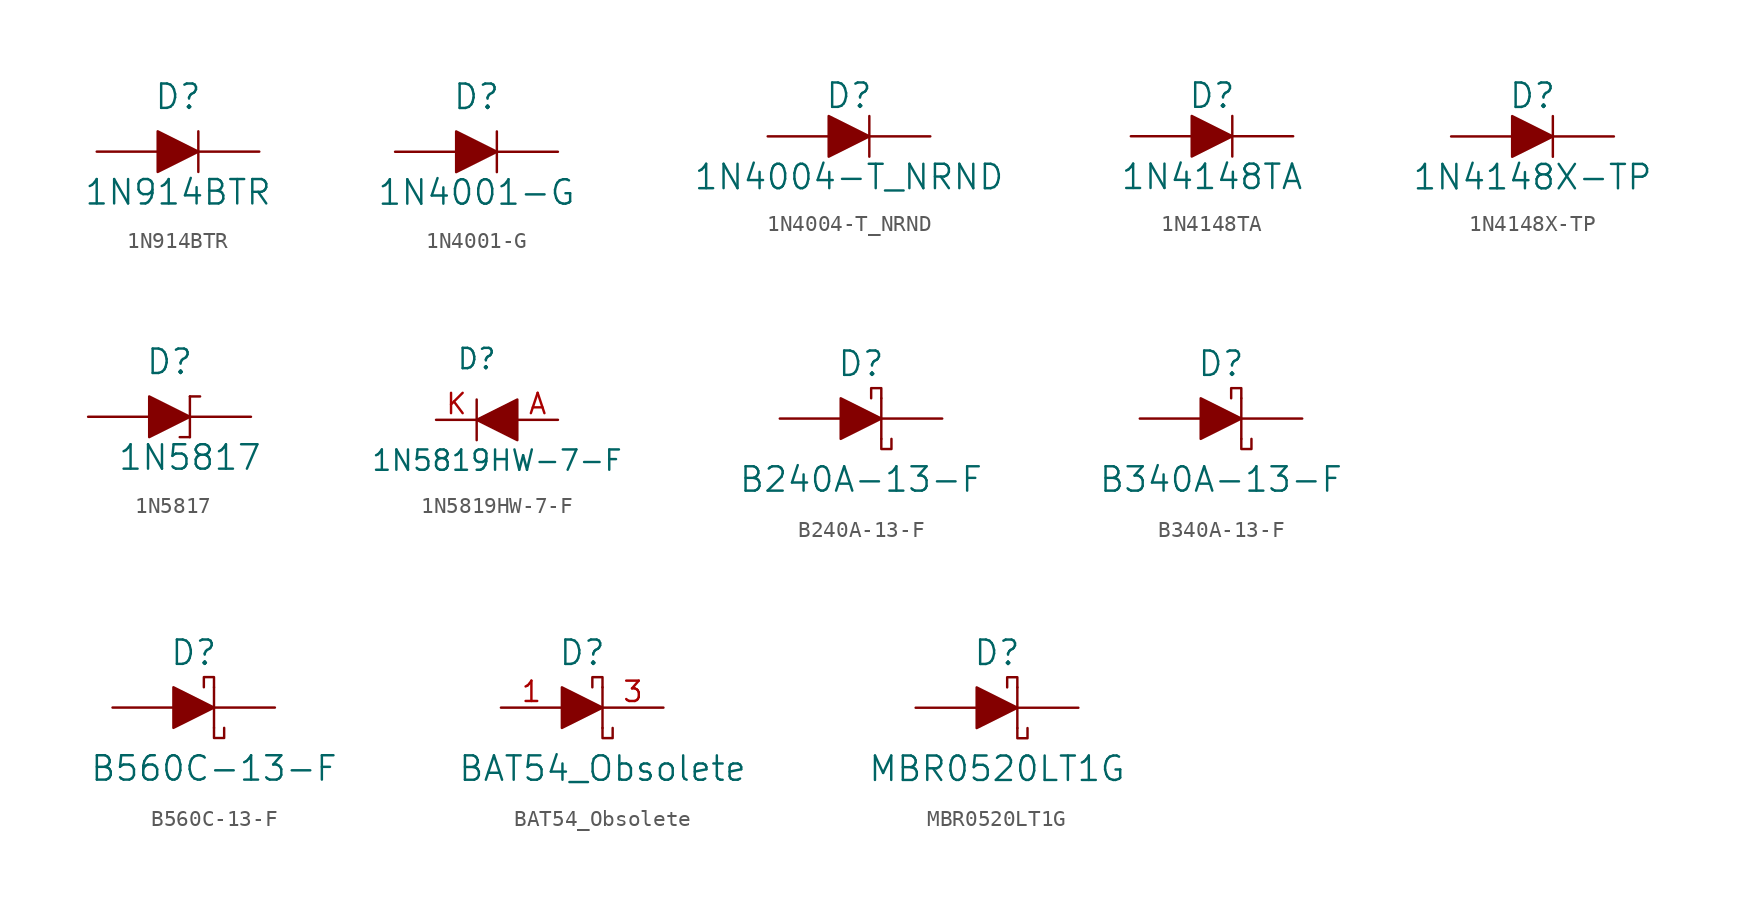
<source format=kicad_sym>
(kicad_symbol_lib
  (version 20220914)
  (generator kicad_symbol_editor)
  (symbol "1N914BTR"
    (pin_numbers hide)
    (pin_names
      (offset 0) hide)
    (property "Reference" "D"
      (at 0 2.54 0)
      (effects (font (size 1.524 1.524)) (justify bottom)))
    (property "Value" "1N914BTR"
      (at 0 -2.54 0)
      (effects (font (size 1.524 1.524))))
    (symbol "1N914BTR_0_1"
      (polyline (pts (xy 1.27 1.27) (xy 1.27 -1.27)) (stroke (width 0) (type solid)) (fill (type none)))
      (polyline (pts (xy -1.27 1.27) (xy -1.27 -1.27) (xy 1.27 0) (xy -1.27 1.27)) (stroke (width 0) (type solid)) (fill (type outline))))
    (symbol "1N914BTR_1_1"
      (pin passive line (at -5.08 0 0) (length 3.81) (name "~" (effects (font (size 1.27 1.27)))) (number "A" (effects (font (size 1.27 1.27)))))
      (pin passive line (at 5.08 0 180) (length 3.81) (name "~" (effects (font (size 1.27 1.27)))) (number "K" (effects (font (size 1.27 1.27)))))))
  (symbol "1N4001-G"
    (pin_numbers hide)
    (pin_names
      (offset 0) hide)
    (property "Reference" "D"
      (at 0 2.54 0)
      (effects (font (size 1.524 1.524)) (justify bottom)))
    (property "Value" "1N4001-G"
      (at 0 -2.54 0)
      (effects (font (size 1.524 1.524))))
    (symbol "1N4001-G_0_1"
      (polyline (pts (xy 1.27 1.27) (xy 1.27 -1.27)) (stroke (width 0) (type solid)) (fill (type none)))
      (polyline (pts (xy -1.27 1.27) (xy -1.27 -1.27) (xy 1.27 0) (xy -1.27 1.27)) (stroke (width 0) (type solid)) (fill (type outline))))
    (symbol "1N4001-G_1_1"
      (pin passive line (at -5.08 0 0) (length 3.81) (name "~" (effects (font (size 1.27 1.27)))) (number "A" (effects (font (size 1.27 1.27)))))
      (pin passive line (at 5.08 0 180) (length 3.81) (name "~" (effects (font (size 1.27 1.27)))) (number "K" (effects (font (size 1.27 1.27)))))))
  (symbol "1N4004-T_NRND"
    (pin_numbers hide)
    (pin_names
      (offset 0) hide)
    (property "Reference" "D"
      (at 0 2.54 0)
      (effects (font (size 1.524 1.524))))
    (property "Value" "1N4004-T_NRND"
      (at 0 -2.54 0)
      (effects (font (size 1.524 1.524))))
    (symbol "1N4004-T_NRND_0_1"
      (polyline (pts (xy 1.27 1.27) (xy 1.27 -1.27)) (stroke (width 0) (type solid)) (fill (type none)))
      (polyline (pts (xy -1.27 1.27) (xy -1.27 -1.27) (xy 1.27 0) (xy -1.27 1.27)) (stroke (width 0) (type solid)) (fill (type outline))))
    (symbol "1N4004-T_NRND_1_1"
      (pin passive line (at -5.08 0 0) (length 3.81) (name "~" (effects (font (size 1.27 1.27)))) (number "A" (effects (font (size 1.27 1.27)))))
      (pin passive line (at 5.08 0 180) (length 3.81) (name "~" (effects (font (size 1.27 1.27)))) (number "K" (effects (font (size 1.27 1.27)))))))
  (symbol "1N4148TA"
    (pin_numbers hide)
    (pin_names
      (offset 0) hide)
    (property "Reference" "D"
      (at 0 2.54 0)
      (effects (font (size 1.524 1.524))))
    (property "Value" "1N4148TA"
      (at 0 -2.54 0)
      (effects (font (size 1.524 1.524))))
    (symbol "1N4148TA_0_1"
      (polyline (pts (xy 1.27 1.27) (xy 1.27 -1.27)) (stroke (width 0) (type solid)) (fill (type none)))
      (polyline (pts (xy -1.27 1.27) (xy -1.27 -1.27) (xy 1.27 0) (xy -1.27 1.27)) (stroke (width 0) (type solid)) (fill (type outline))))
    (symbol "1N4148TA_1_1"
      (pin passive line (at -5.08 0 0) (length 3.81) (name "~" (effects (font (size 1.27 1.27)))) (number "A" (effects (font (size 1.27 1.27)))))
      (pin passive line (at 5.08 0 180) (length 3.81) (name "~" (effects (font (size 1.27 1.27)))) (number "K" (effects (font (size 1.27 1.27)))))))
  (symbol "1N4148X-TP"
    (pin_numbers hide)
    (pin_names
      (offset 0) hide)
    (property "Reference" "D"
      (at 0 2.54 0)
      (effects (font (size 1.524 1.524))))
    (property "Value" "1N4148X-TP"
      (at 0 -2.54 0)
      (effects (font (size 1.524 1.524))))
    (symbol "1N4148X-TP_0_1"
      (polyline (pts (xy 1.27 1.27) (xy 1.27 -1.27)) (stroke (width 0) (type solid)) (fill (type none)))
      (polyline (pts (xy -1.27 1.27) (xy -1.27 -1.27) (xy 1.27 0) (xy -1.27 1.27)) (stroke (width 0) (type solid)) (fill (type outline))))
    (symbol "1N4148X-TP_1_1"
      (pin passive line (at -5.08 0 0) (length 3.81) (name "~" (effects (font (size 1.27 1.27)))) (number "A" (effects (font (size 1.27 1.27)))))
      (pin passive line (at 5.08 0 180) (length 3.81) (name "~" (effects (font (size 1.27 1.27)))) (number "K" (effects (font (size 1.27 1.27)))))))
  (symbol "1N5817"
    (pin_numbers hide)
    (pin_names
      (offset 0) hide)
    (property "Reference" "D"
      (at 0 2.54 0)
      (effects (font (size 1.524 1.524)) (justify bottom)))
    (property "Value" "1N5817"
      (at 1.27 -2.54 0)
      (effects (font (size 1.524 1.524))))
    (symbol "1N5817_0_1"
      (polyline (pts (xy 1.27 -1.27) (xy 0.635 -1.27)) (stroke (width 0) (type solid)) (fill (type none)))
      (polyline (pts (xy 1.27 1.27) (xy 1.27 -1.27)) (stroke (width 0) (type solid)) (fill (type none)))
      (polyline (pts (xy 1.27 1.27) (xy 1.905 1.27)) (stroke (width 0) (type solid)) (fill (type none)))
      (polyline (pts (xy -1.27 1.27) (xy -1.27 -1.27) (xy 1.27 0) (xy -1.27 1.27)) (stroke (width 0) (type solid)) (fill (type outline))))
    (symbol "1N5817_1_1"
      (pin passive line (at -5.08 0 0) (length 3.81) (name "~" (effects (font (size 1.27 1.27)))) (number "A" (effects (font (size 1.27 1.27)))))
      (pin passive line (at 5.08 0 180) (length 3.81) (name "~" (effects (font (size 1.27 1.27)))) (number "K" (effects (font (size 1.27 1.27)))))))
  (symbol "1N5819HW-7-F"
    (pin_names
      (offset 1.016))
    (property "Reference" "D"
      (at 0 3.81 0)
      (effects (font (size 1.27 1.27))))
    (property "Value" "1N5819HW-7-F"
      (at 1.27 -2.54 0)
      (effects (font (size 1.27 1.27))))
    (symbol "1N5819HW-7-F_0_1"
      (polyline (pts (xy 0 0) (xy 2.54 0)) (stroke (width 0) (type solid)) (fill (type none)))
      (polyline (pts (xy 0 1.27) (xy 0 -1.27)) (stroke (width 0) (type solid)) (fill (type none)))
      (polyline (pts (xy 2.54 1.27) (xy 2.54 -1.27) (xy 0 0) (xy 2.54 1.27)) (stroke (width 0) (type solid)) (fill (type outline))))
    (symbol "1N5819HW-7-F_1_1"
      (pin passive line (at 5.08 0 180) (length 2.54) (name "~" (effects (font (size 1.27 1.27)))) (number "A" (effects (font (size 1.27 1.27)))))
      (pin passive line (at -2.54 0 0) (length 2.54) (name "~" (effects (font (size 1.27 1.27)))) (number "K" (effects (font (size 1.27 1.27)))))))
  (symbol "B240A-13-F"
    (pin_numbers hide)
    (pin_names
      (offset 0) hide)
    (property "Reference" "D"
      (at 0 2.54 0)
      (effects (font (size 1.524 1.524)) (justify bottom)))
    (property "Value" "B240A-13-F"
      (at 0 -3.81 0)
      (effects (font (size 1.524 1.524))))
    (symbol "B240A-13-F_0_1"
      (polyline (pts (xy 1.27 1.27) (xy 1.27 -1.27)) (stroke (width 0) (type solid)) (fill (type none)))
      (polyline (pts (xy -1.27 1.27) (xy -1.27 -1.27) (xy 1.27 0) (xy -1.27 1.27)) (stroke (width 0) (type solid)) (fill (type outline)))
      (polyline (pts (xy 1.27 -1.27) (xy 1.27 -1.905) (xy 1.905 -1.905) (xy 1.905 -1.27)) (stroke (width 0) (type solid)) (fill (type none)))
      (polyline (pts (xy 1.27 1.27) (xy 1.27 1.905) (xy 0.635 1.905) (xy 0.635 1.27)) (stroke (width 0) (type solid)) (fill (type none))))
    (symbol "B240A-13-F_1_1"
      (pin passive line (at -5.08 0 0) (length 3.81) (name "~" (effects (font (size 1.27 1.27)))) (number "A" (effects (font (size 1.27 1.27)))))
      (pin passive line (at 5.08 0 180) (length 3.81) (name "~" (effects (font (size 1.27 1.27)))) (number "K" (effects (font (size 1.27 1.27)))))))
  (symbol "B340A-13-F"
    (pin_numbers hide)
    (pin_names
      (offset 0) hide)
    (property "Reference" "D"
      (at 0 2.54 0)
      (effects (font (size 1.524 1.524)) (justify bottom)))
    (property "Value" "B340A-13-F"
      (at 0 -3.81 0)
      (effects (font (size 1.524 1.524))))
    (symbol "B340A-13-F_0_1"
      (polyline (pts (xy 1.27 1.27) (xy 1.27 -1.27)) (stroke (width 0) (type solid)) (fill (type none)))
      (polyline (pts (xy -1.27 1.27) (xy -1.27 -1.27) (xy 1.27 0) (xy -1.27 1.27)) (stroke (width 0) (type solid)) (fill (type outline)))
      (polyline (pts (xy 1.27 -1.27) (xy 1.27 -1.905) (xy 1.905 -1.905) (xy 1.905 -1.27)) (stroke (width 0) (type solid)) (fill (type none)))
      (polyline (pts (xy 1.27 1.27) (xy 1.27 1.905) (xy 0.635 1.905) (xy 0.635 1.27)) (stroke (width 0) (type solid)) (fill (type none))))
    (symbol "B340A-13-F_1_1"
      (pin passive line (at -5.08 0 0) (length 3.81) (name "~" (effects (font (size 1.27 1.27)))) (number "A" (effects (font (size 1.27 1.27)))))
      (pin passive line (at 5.08 0 180) (length 3.81) (name "~" (effects (font (size 1.27 1.27)))) (number "K" (effects (font (size 1.27 1.27)))))))
  (symbol "B560C-13-F"
    (pin_numbers hide)
    (pin_names
      (offset 0) hide)
    (property "Reference" "D"
      (at 0 2.54 0)
      (effects (font (size 1.524 1.524)) (justify bottom)))
    (property "Value" "B560C-13-F"
      (at 1.27 -3.81 0)
      (effects (font (size 1.524 1.524))))
    (symbol "B560C-13-F_0_1"
      (polyline (pts (xy 1.27 1.27) (xy 1.27 -1.27)) (stroke (width 0) (type solid)) (fill (type none)))
      (polyline (pts (xy -1.27 1.27) (xy -1.27 -1.27) (xy 1.27 0) (xy -1.27 1.27)) (stroke (width 0) (type solid)) (fill (type outline)))
      (polyline (pts (xy 1.27 -1.27) (xy 1.27 -1.905) (xy 1.905 -1.905) (xy 1.905 -1.27)) (stroke (width 0) (type solid)) (fill (type none)))
      (polyline (pts (xy 1.27 1.27) (xy 1.27 1.905) (xy 0.635 1.905) (xy 0.635 1.27)) (stroke (width 0) (type solid)) (fill (type none))))
    (symbol "B560C-13-F_1_1"
      (pin passive line (at -5.08 0 0) (length 3.81) (name "~" (effects (font (size 1.27 1.27)))) (number "A" (effects (font (size 1.27 1.27)))))
      (pin passive line (at 5.08 0 180) (length 3.81) (name "~" (effects (font (size 1.27 1.27)))) (number "K" (effects (font (size 1.27 1.27)))))))
  (symbol "BAT54_Obsolete"
    (pin_names
      (offset 0))
    (property "Reference" "D"
      (at 0 2.54 0)
      (effects (font (size 1.524 1.524)) (justify bottom)))
    (property "Value" "BAT54_Obsolete"
      (at 1.27 -3.81 0)
      (effects (font (size 1.524 1.524))))
    (symbol "BAT54_Obsolete_0_1"
      (polyline (pts (xy 1.27 1.27) (xy 1.27 -1.27)) (stroke (width 0) (type solid)) (fill (type none)))
      (polyline (pts (xy -1.27 1.27) (xy -1.27 -1.27) (xy 1.27 0) (xy -1.27 1.27)) (stroke (width 0) (type solid)) (fill (type outline)))
      (polyline (pts (xy 1.27 -1.27) (xy 1.27 -1.905) (xy 1.905 -1.905) (xy 1.905 -1.27)) (stroke (width 0) (type solid)) (fill (type none)))
      (polyline (pts (xy 1.27 1.27) (xy 1.27 1.905) (xy 0.635 1.905) (xy 0.635 1.27)) (stroke (width 0) (type solid)) (fill (type none))))
    (symbol "BAT54_Obsolete_1_1"
      (pin passive line (at -5.08 0 0) (length 3.81) (name "~" (effects (font (size 1.27 1.27)))) (number "1" (effects (font (size 1.27 1.27)))))
      (pin no_connect line (at 0 0 90) (length 0) hide (name "~" (effects (font (size 1.27 1.27)))) (number "2" (effects (font (size 0 0)))))
      (pin passive line (at 5.08 0 180) (length 3.81) (name "~" (effects (font (size 1.27 1.27)))) (number "3" (effects (font (size 1.27 1.27)))))))
  (symbol "MBR0520LT1G"
    (pin_numbers hide)
    (pin_names
      (offset 0) hide)
    (property "Reference" "D"
      (at 0 2.54 0)
      (effects (font (size 1.524 1.524)) (justify bottom)))
    (property "Value" "MBR0520LT1G"
      (at 0 -3.81 0)
      (effects (font (size 1.524 1.524))))
    (symbol "MBR0520LT1G_0_1"
      (polyline (pts (xy 1.27 1.27) (xy 1.27 -1.27)) (stroke (width 0) (type solid)) (fill (type none)))
      (polyline (pts (xy -1.27 1.27) (xy -1.27 -1.27) (xy 1.27 0) (xy -1.27 1.27)) (stroke (width 0) (type solid)) (fill (type outline)))
      (polyline (pts (xy 1.27 -1.27) (xy 1.27 -1.905) (xy 1.905 -1.905) (xy 1.905 -1.27)) (stroke (width 0) (type solid)) (fill (type none)))
      (polyline (pts (xy 1.27 1.27) (xy 1.27 1.905) (xy 0.635 1.905) (xy 0.635 1.27)) (stroke (width 0) (type solid)) (fill (type none))))
    (symbol "MBR0520LT1G_1_1"
      (pin passive line (at -5.08 0 0) (length 3.81) (name "~" (effects (font (size 1.27 1.27)))) (number "A" (effects (font (size 1.27 1.27)))))
      (pin passive line (at 5.08 0 180) (length 3.81) (name "~" (effects (font (size 1.27 1.27)))) (number "K" (effects (font (size 1.27 1.27))))))))
</source>
